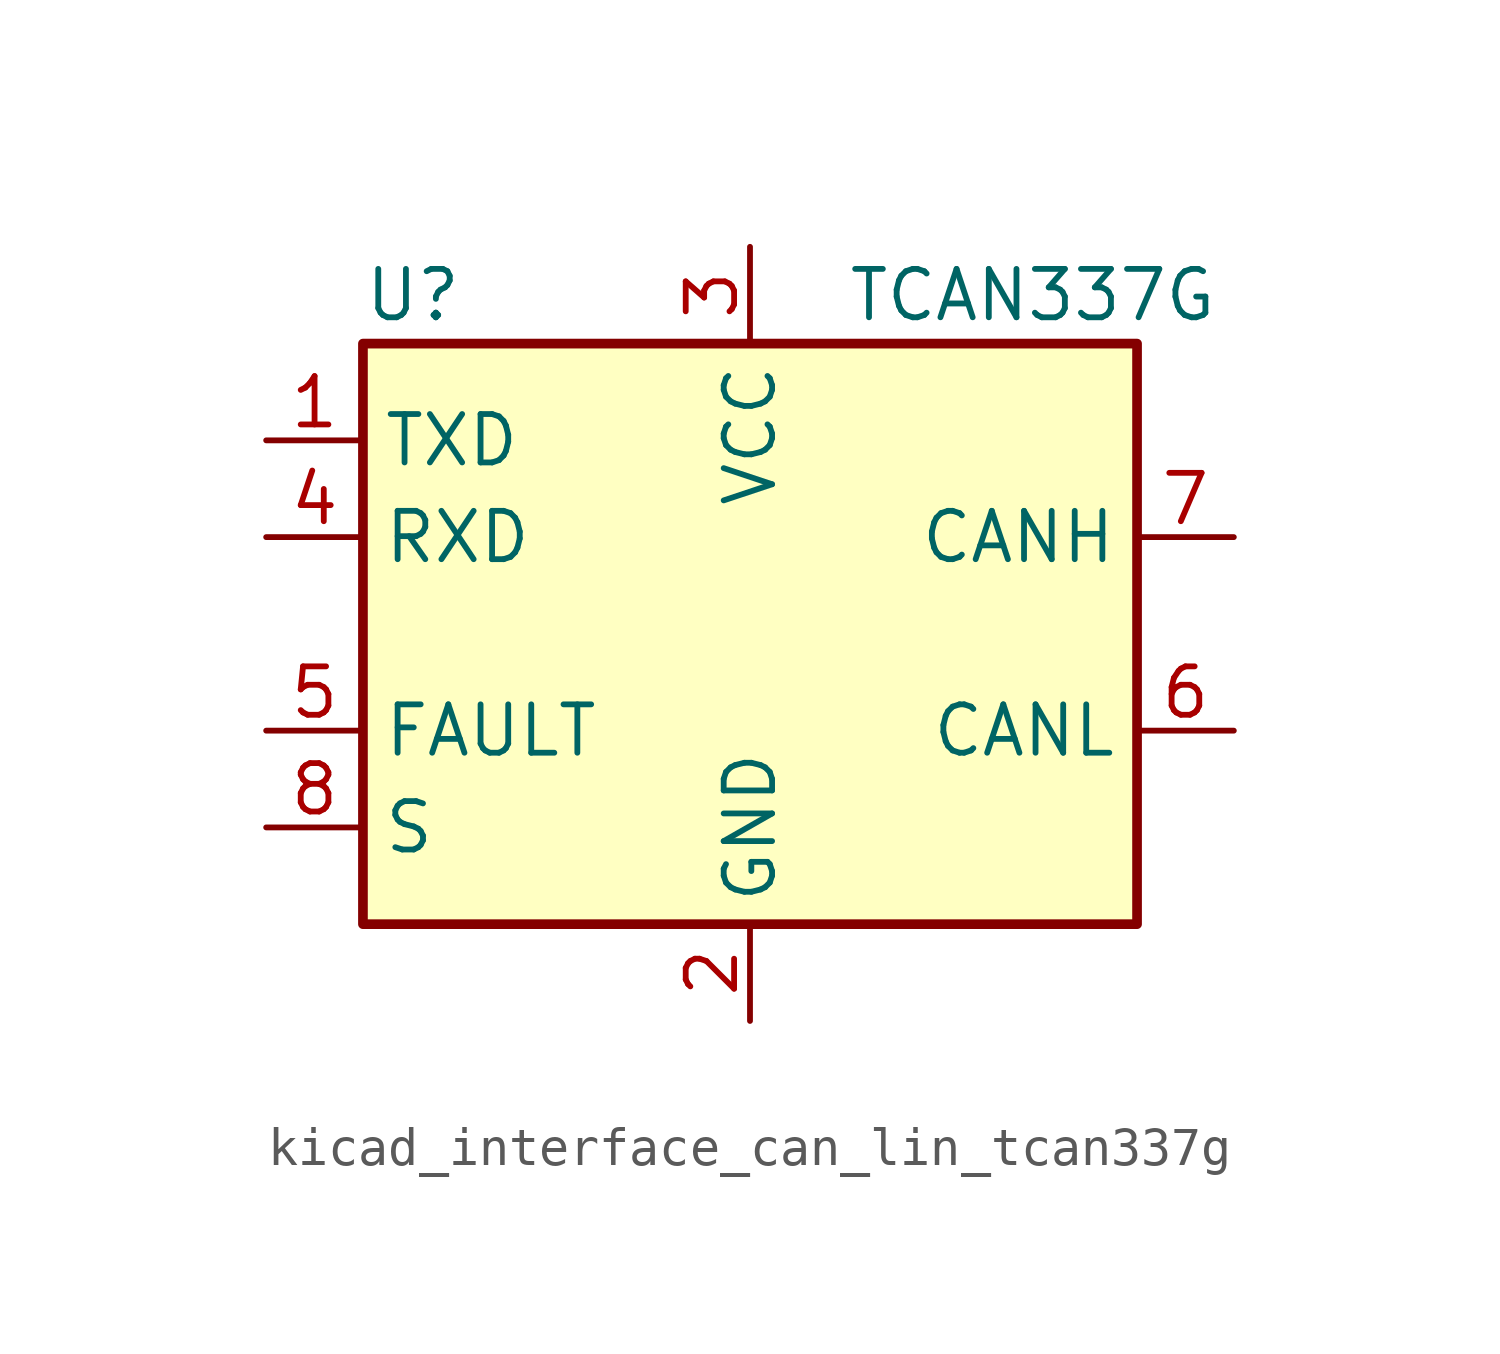
<source format=kicad_sym>
(kicad_symbol_lib
  (version 20220914)
  (generator kicad_symbol_editor)
  (symbol "kicad_interface_can_lin_tcan337g"
    (property "Reference" "U"
      (at -10.16 8.89 0)
      (effects (font (size 1.27 1.27)) (justify left)))
    (property "Value" "TCAN337G"
      (at 2.54 8.89 0)
      (effects (font (size 1.27 1.27)) (justify left)))
    (symbol "kicad_interface_can_lin_tcan337g_0_1"
      (rectangle (start -10.16 7.62) (end 10.16 -7.62) (stroke (width 0.254) (type default)) (fill (type background))))
    (symbol "kicad_interface_can_lin_tcan337g_1_1"
      (pin input line (at -12.7 5.08 0) (length 2.54) (name "TXD" (effects (font (size 1.27 1.27)))) (number "1" (effects (font (size 1.27 1.27)))))
      (pin power_in line (at 0 -10.16 90) (length 2.54) (name "GND" (effects (font (size 1.27 1.27)))) (number "2" (effects (font (size 1.27 1.27)))))
      (pin power_in line (at 0 10.16 270) (length 2.54) (name "VCC" (effects (font (size 1.27 1.27)))) (number "3" (effects (font (size 1.27 1.27)))))
      (pin tri_state line (at -12.7 2.54 0) (length 2.54) (name "RXD" (effects (font (size 1.27 1.27)))) (number "4" (effects (font (size 1.27 1.27)))))
      (pin open_collector line (at -12.7 -2.54 0) (length 2.54) (name "FAULT" (effects (font (size 1.27 1.27)))) (number "5" (effects (font (size 1.27 1.27)))))
      (pin bidirectional line (at 12.7 -2.54 180) (length 2.54) (name "CANL" (effects (font (size 1.27 1.27)))) (number "6" (effects (font (size 1.27 1.27)))))
      (pin bidirectional line (at 12.7 2.54 180) (length 2.54) (name "CANH" (effects (font (size 1.27 1.27)))) (number "7" (effects (font (size 1.27 1.27)))))
      (pin input line (at -12.7 -5.08 0) (length 2.54) (name "S" (effects (font (size 1.27 1.27)))) (number "8" (effects (font (size 1.27 1.27))))))))
</source>
